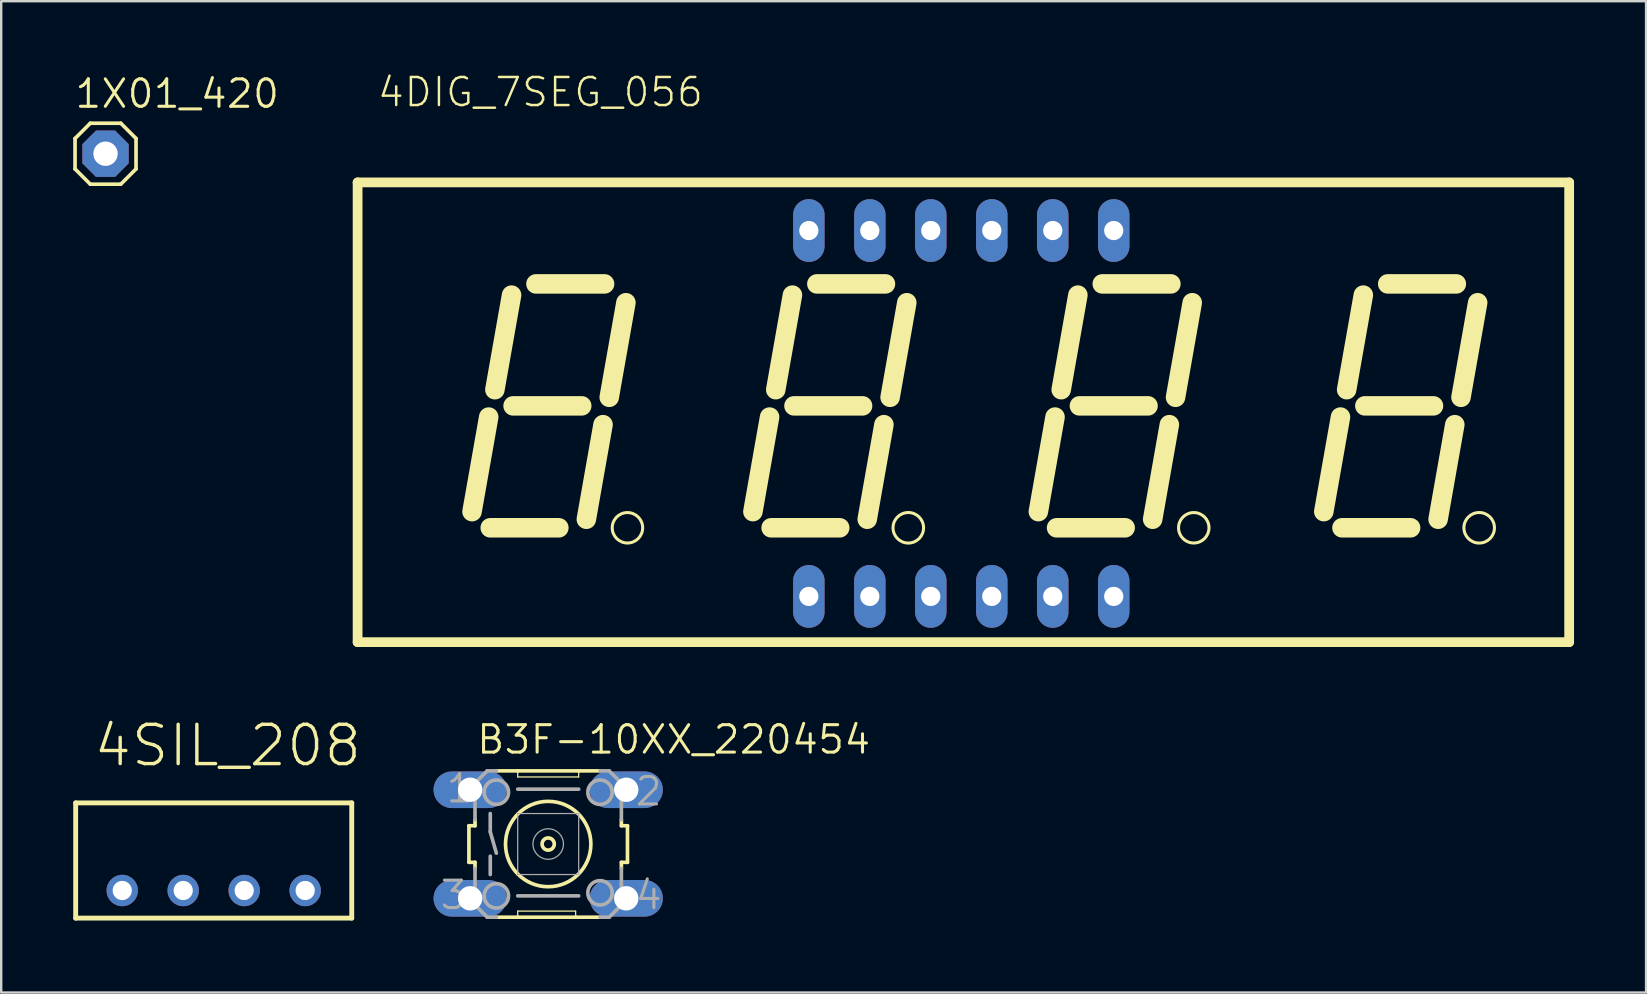
<source format=kicad_pcb>
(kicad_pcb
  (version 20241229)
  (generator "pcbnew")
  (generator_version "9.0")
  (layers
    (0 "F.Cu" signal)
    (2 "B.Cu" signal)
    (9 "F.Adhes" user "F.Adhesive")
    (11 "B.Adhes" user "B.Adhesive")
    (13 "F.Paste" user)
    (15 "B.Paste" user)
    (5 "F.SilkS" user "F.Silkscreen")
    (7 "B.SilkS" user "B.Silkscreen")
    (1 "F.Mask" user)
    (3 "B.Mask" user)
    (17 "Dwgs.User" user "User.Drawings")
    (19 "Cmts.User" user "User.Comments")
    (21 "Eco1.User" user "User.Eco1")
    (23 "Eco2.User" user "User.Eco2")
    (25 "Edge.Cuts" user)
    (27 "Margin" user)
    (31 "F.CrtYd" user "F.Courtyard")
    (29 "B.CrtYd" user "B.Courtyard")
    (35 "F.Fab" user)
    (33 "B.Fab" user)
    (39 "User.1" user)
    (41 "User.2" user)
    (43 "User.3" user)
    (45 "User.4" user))
  (footprint "1X01_420"
    (layer "F.Cu")
    (at 1.346 3.353)
    (property "Reference" "1X01_420" (at -1.346 -1.829 0) (unlocked yes) (layer "F.SilkS") (effects (font (size 1.143 1.143) (thickness 0.127)) (justify left bottom)))
    (fp_line (start -1.27 -0.635) (end -1.27 0.635) (stroke (width 0.152) (type solid)) (layer "F.SilkS"))
    (fp_line (start -1.27 0.635) (end -0.635 1.27) (stroke (width 0.152) (type solid)) (layer "F.SilkS"))
    (fp_line (start -0.635 -1.27) (end -1.27 -0.635) (stroke (width 0.152) (type solid)) (layer "F.SilkS"))
    (fp_line (start -0.635 -1.27) (end 0.635 -1.27) (stroke (width 0.152) (type solid)) (layer "F.SilkS"))
    (fp_line (start 0.635 -1.27) (end 1.27 -0.635) (stroke (width 0.152) (type solid)) (layer "F.SilkS"))
    (fp_line (start 0.635 1.27) (end -0.635 1.27) (stroke (width 0.152) (type solid)) (layer "F.SilkS"))
    (fp_line (start 1.27 -0.635) (end 1.27 0.635) (stroke (width 0.152) (type solid)) (layer "F.SilkS"))
    (fp_line (start 1.27 0.635) (end 0.635 1.27) (stroke (width 0.152) (type solid)) (layer "F.SilkS"))
    (fp_poly (pts (xy -0.254 0.254) (xy 0.254 0.254) (xy 0.254 -0.254) (xy -0.254 -0.254)) (stroke (width 0.1) (type default)) (fill no) (layer "F.Fab"))
    (pad "1" thru_hole roundrect (at 0 0) (size 1.93 1.93) (drill 1.016) (layers "*.Cu" "*.Mask") (roundrect_rratio 0.25) (chamfer_ratio 0.293) (chamfer top_left top_right bottom_left bottom_right)))
  (footprint "4DIG_7SEG_056"
    (layer "F.Cu")
    (at 31.658 10.363)
    (property "Reference" "4DIG_7SEG_056" (at -19.05 -8.89 0) (unlocked yes) (layer "F.SilkS") (effects (font (size 1.168 1.168) (thickness 0.102)) (justify left bottom)))
    (fp_line (start -19.812 -5.815) (end -19.812 13.335) (stroke (width 0.406) (type solid)) (layer "F.SilkS"))
    (fp_line (start -19.812 13.335) (end 30.655 13.335) (stroke (width 0.406) (type solid)) (layer "F.SilkS"))
    (fp_line (start -15.046 7.899) (end -14.351 3.96) (stroke (width 0.813) (type solid)) (layer "F.SilkS"))
    (fp_line (start -14.287 8.572) (end -11.43 8.572) (stroke (width 0.813) (type solid)) (layer "F.SilkS"))
    (fp_line (start -14.094 2.819) (end -13.399 -1.12) (stroke (width 0.813) (type solid)) (layer "F.SilkS"))
    (fp_line (start -13.335 3.493) (end -10.477 3.493) (stroke (width 0.813) (type solid)) (layer "F.SilkS"))
    (fp_line (start -12.383 -1.587) (end -9.525 -1.587) (stroke (width 0.813) (type solid)) (layer "F.SilkS"))
    (fp_line (start -10.284 8.216) (end -9.589 4.277) (stroke (width 0.813) (type solid)) (layer "F.SilkS"))
    (fp_line (start -9.331 3.136) (end -8.636 -0.803) (stroke (width 0.813) (type solid)) (layer "F.SilkS"))
    (fp_line (start -3.346 7.899) (end -2.651 3.96) (stroke (width 0.813) (type solid)) (layer "F.SilkS"))
    (fp_line (start -2.587 8.572) (end 0.27 8.572) (stroke (width 0.813) (type solid)) (layer "F.SilkS"))
    (fp_line (start -2.394 2.819) (end -1.699 -1.12) (stroke (width 0.813) (type solid)) (layer "F.SilkS"))
    (fp_line (start -1.635 3.493) (end 1.222 3.493) (stroke (width 0.813) (type solid)) (layer "F.SilkS"))
    (fp_line (start -0.682 -1.587) (end 2.175 -1.587) (stroke (width 0.813) (type solid)) (layer "F.SilkS"))
    (fp_line (start 1.416 8.216) (end 2.111 4.277) (stroke (width 0.813) (type solid)) (layer "F.SilkS"))
    (fp_line (start 2.369 3.136) (end 3.064 -0.803) (stroke (width 0.813) (type solid)) (layer "F.SilkS"))
    (fp_line (start 8.544 7.899) (end 9.239 3.96) (stroke (width 0.813) (type solid)) (layer "F.SilkS"))
    (fp_line (start 9.303 8.572) (end 12.16 8.572) (stroke (width 0.813) (type solid)) (layer "F.SilkS"))
    (fp_line (start 9.496 2.819) (end 10.191 -1.12) (stroke (width 0.813) (type solid)) (layer "F.SilkS"))
    (fp_line (start 10.255 3.493) (end 13.113 3.493) (stroke (width 0.813) (type solid)) (layer "F.SilkS"))
    (fp_line (start 11.207 -1.587) (end 14.065 -1.587) (stroke (width 0.813) (type solid)) (layer "F.SilkS"))
    (fp_line (start 13.306 8.216) (end 14.001 4.277) (stroke (width 0.813) (type solid)) (layer "F.SilkS"))
    (fp_line (start 14.259 3.136) (end 14.954 -0.803) (stroke (width 0.813) (type solid)) (layer "F.SilkS"))
    (fp_line (start 20.434 7.899) (end 21.129 3.96) (stroke (width 0.813) (type solid)) (layer "F.SilkS"))
    (fp_line (start 21.192 8.572) (end 24.05 8.572) (stroke (width 0.813) (type solid)) (layer "F.SilkS"))
    (fp_line (start 21.386 2.819) (end 22.081 -1.12) (stroke (width 0.813) (type solid)) (layer "F.SilkS"))
    (fp_line (start 22.145 3.493) (end 25.003 3.493) (stroke (width 0.813) (type solid)) (layer "F.SilkS"))
    (fp_line (start 23.098 -1.587) (end 25.955 -1.587) (stroke (width 0.813) (type solid)) (layer "F.SilkS"))
    (fp_line (start 25.196 8.216) (end 25.891 4.277) (stroke (width 0.813) (type solid)) (layer "F.SilkS"))
    (fp_line (start 26.149 3.136) (end 26.844 -0.803) (stroke (width 0.813) (type solid)) (layer "F.SilkS"))
    (fp_line (start 30.655 -5.815) (end -19.812 -5.815) (stroke (width 0.406) (type solid)) (layer "F.SilkS"))
    (fp_line (start 30.655 13.335) (end 30.655 -5.815) (stroke (width 0.406) (type solid)) (layer "F.SilkS"))
    (fp_circle (center -8.572 8.572) (end -7.938 8.572) (stroke (width 0.127) (type solid)) (fill no) (layer "F.SilkS"))
    (fp_circle (center 3.127 8.572) (end 3.763 8.572) (stroke (width 0.127) (type solid)) (fill no) (layer "F.SilkS"))
    (fp_circle (center 15.018 8.572) (end 15.652 8.572) (stroke (width 0.127) (type solid)) (fill no) (layer "F.SilkS"))
    (fp_circle (center 26.907 8.572) (end 27.543 8.572) (stroke (width 0.127) (type solid)) (fill no) (layer "F.SilkS"))
    (pad "1" thru_hole oval (at -1.016 11.43 90) (size 2.616 1.308) (drill 0.8) (layers "*.Cu" "*.Mask"))
    (pad "2" thru_hole oval (at 1.524 11.43 90) (size 2.616 1.308) (drill 0.8) (layers "*.Cu" "*.Mask"))
    (pad "3" thru_hole oval (at 4.064 11.43 90) (size 2.616 1.308) (drill 0.8) (layers "*.Cu" "*.Mask"))
    (pad "4" thru_hole oval (at 6.604 11.43 90) (size 2.616 1.308) (drill 0.8) (layers "*.Cu" "*.Mask"))
    (pad "5" thru_hole oval (at 9.144 11.43 90) (size 2.616 1.308) (drill 0.8) (layers "*.Cu" "*.Mask"))
    (pad "6" thru_hole oval (at 11.684 11.43 90) (size 2.616 1.308) (drill 0.8) (layers "*.Cu" "*.Mask"))
    (pad "9" thru_hole oval (at 11.684 -3.81 90) (size 2.616 1.308) (drill 0.8) (layers "*.Cu" "*.Mask"))
    (pad "10" thru_hole oval (at 9.144 -3.81 270) (size 2.616 1.308) (drill 0.8) (layers "*.Cu" "*.Mask"))
    (pad "11" thru_hole oval (at 6.604 -3.81 270) (size 2.616 1.308) (drill 0.8) (layers "*.Cu" "*.Mask"))
    (pad "12" thru_hole oval (at 4.064 -3.81 270) (size 2.616 1.308) (drill 0.8) (layers "*.Cu" "*.Mask"))
    (pad "13" thru_hole oval (at 1.524 -3.81 270) (size 2.616 1.308) (drill 0.8) (layers "*.Cu" "*.Mask"))
    (pad "14" thru_hole oval (at -1.016 -3.81 270) (size 2.616 1.308) (drill 0.8) (layers "*.Cu" "*.Mask")))
  (footprint "4SIL_208"
    (layer "F.Cu")
    (at 5.852 34.044)
    (property "Reference" "4SIL_208" (at -5.08 -5.08 0) (unlocked yes) (layer "F.SilkS") (effects (font (size 1.636 1.636) (thickness 0.142)) (justify left bottom)))
    (fp_line (start -5.75 -3.65) (end 5.75 -3.65) (stroke (width 0.203) (type solid)) (layer "F.SilkS"))
    (fp_line (start -5.75 1.15) (end -5.75 -3.65) (stroke (width 0.203) (type solid)) (layer "F.SilkS"))
    (fp_line (start 5.75 -3.65) (end 5.75 1.15) (stroke (width 0.203) (type solid)) (layer "F.SilkS"))
    (fp_line (start 5.75 1.15) (end -5.75 1.15) (stroke (width 0.203) (type solid)) (layer "F.SilkS"))
    (pad "1" thru_hole circle (at -3.81 0) (size 1.308 1.308) (drill 0.8) (layers "*.Cu" "*.Mask"))
    (pad "2" thru_hole circle (at -1.27 0) (size 1.308 1.308) (drill 0.8) (layers "*.Cu" "*.Mask"))
    (pad "3" thru_hole circle (at 1.27 0) (size 1.308 1.308) (drill 0.8) (layers "*.Cu" "*.Mask"))
    (pad "4" thru_hole circle (at 3.81 0) (size 1.308 1.308) (drill 0.8) (layers "*.Cu" "*.Mask")))
  (footprint "B3F-10XX_220454"
    (layer "F.Cu")
    (at 19.785 32.108)
    (property "Reference" "B3F-10XX_220454" (at -3.048 -3.683 0) (unlocked yes) (layer "F.SilkS") (effects (font (size 1.143 1.143) (thickness 0.127)) (justify left bottom)))
    (fp_line (start -3.302 -0.762) (end -3.302 0.762) (stroke (width 0.152) (type solid)) (layer "F.SilkS"))
    (fp_line (start -3.302 -0.762) (end -3.048 -0.762) (stroke (width 0.152) (type solid)) (layer "F.SilkS"))
    (fp_line (start -3.048 -0.762) (end -3.048 -1.016) (stroke (width 0.152) (type solid)) (layer "F.SilkS"))
    (fp_line (start -3.048 0.762) (end -3.302 0.762) (stroke (width 0.152) (type solid)) (layer "F.SilkS"))
    (fp_line (start -3.048 0.762) (end -3.048 1.016) (stroke (width 0.152) (type solid)) (layer "F.SilkS"))
    (fp_line (start -2.159 3.048) (end -1.27 3.048) (stroke (width 0.152) (type solid)) (layer "F.SilkS"))
    (fp_line (start -1.27 -3.048) (end -2.159 -3.048) (stroke (width 0.152) (type solid)) (layer "F.SilkS"))
    (fp_line (start -1.27 -3.048) (end -1.27 -2.794) (stroke (width 0.051) (type solid)) (layer "F.SilkS"))
    (fp_line (start -1.27 2.794) (end -1.27 3.048) (stroke (width 0.051) (type solid)) (layer "F.SilkS"))
    (fp_line (start -1.27 3.048) (end 1.143 3.048) (stroke (width 0.152) (type solid)) (layer "F.SilkS"))
    (fp_line (start 1.143 2.794) (end -1.27 2.794) (stroke (width 0.051) (type solid)) (layer "F.SilkS"))
    (fp_line (start 1.143 2.794) (end 1.143 3.048) (stroke (width 0.051) (type solid)) (layer "F.SilkS"))
    (fp_line (start 1.143 3.048) (end 2.159 3.048) (stroke (width 0.152) (type solid)) (layer "F.SilkS"))
    (fp_line (start 1.27 -3.048) (end -1.27 -3.048) (stroke (width 0.152) (type solid)) (layer "F.SilkS"))
    (fp_line (start 1.27 -2.794) (end -1.27 -2.794) (stroke (width 0.051) (type solid)) (layer "F.SilkS"))
    (fp_line (start 1.27 -2.794) (end 1.27 -3.048) (stroke (width 0.051) (type solid)) (layer "F.SilkS"))
    (fp_line (start 2.159 -3.048) (end 1.27 -3.048) (stroke (width 0.152) (type solid)) (layer "F.SilkS"))
    (fp_line (start 3.048 -0.762) (end 3.048 -1.016) (stroke (width 0.152) (type solid)) (layer "F.SilkS"))
    (fp_line (start 3.048 -0.762) (end 3.302 -0.762) (stroke (width 0.152) (type solid)) (layer "F.SilkS"))
    (fp_line (start 3.048 0.762) (end 3.048 1.016) (stroke (width 0.152) (type solid)) (layer "F.SilkS"))
    (fp_line (start 3.302 0.762) (end 3.048 0.762) (stroke (width 0.152) (type solid)) (layer "F.SilkS"))
    (fp_line (start 3.302 0.762) (end 3.302 -0.762) (stroke (width 0.152) (type solid)) (layer "F.SilkS"))
    (fp_circle (center 0 0) (end 0.254 0) (stroke (width 0.152) (type solid)) (fill no) (layer "F.SilkS"))
    (fp_circle (center 0 0) (end 1.778 0) (stroke (width 0.152) (type solid)) (fill no) (layer "F.SilkS"))
    (fp_line (start -3.048 -2.54) (end -3.048 -1.016) (stroke (width 0.152) (type solid)) (layer "F.Fab"))
    (fp_line (start -3.048 2.54) (end -3.048 1.016) (stroke (width 0.152) (type solid)) (layer "F.Fab"))
    (fp_line (start -2.54 -3.048) (end -3.048 -2.54) (stroke (width 0.152) (type solid)) (layer "F.Fab"))
    (fp_line (start -2.54 -3.048) (end -2.159 -3.048) (stroke (width 0.152) (type solid)) (layer "F.Fab"))
    (fp_line (start -2.54 3.048) (end -3.048 2.54) (stroke (width 0.152) (type solid)) (layer "F.Fab"))
    (fp_line (start -2.54 3.048) (end -2.159 3.048) (stroke (width 0.152) (type solid)) (layer "F.Fab"))
    (fp_line (start -2.413 -1.27) (end -2.413 -0.508) (stroke (width 0.152) (type solid)) (layer "F.Fab"))
    (fp_line (start -2.413 -0.508) (end -2.159 0.381) (stroke (width 0.152) (type solid)) (layer "F.Fab"))
    (fp_line (start -2.413 0.508) (end -2.413 1.27) (stroke (width 0.152) (type solid)) (layer "F.Fab"))
    (fp_line (start -1.27 -1.27) (end -1.27 1.27) (stroke (width 0.051) (type solid)) (layer "F.Fab"))
    (fp_line (start -1.27 -1.27) (end 1.27 -1.27) (stroke (width 0.051) (type solid)) (layer "F.Fab"))
    (fp_line (start -1.27 2.159) (end 1.27 2.159) (stroke (width 0.152) (type solid)) (layer "F.Fab"))
    (fp_line (start 1.27 -2.286) (end -1.27 -2.286) (stroke (width 0.152) (type solid)) (layer "F.Fab"))
    (fp_line (start 1.27 1.27) (end -1.27 1.27) (stroke (width 0.051) (type solid)) (layer "F.Fab"))
    (fp_line (start 1.27 1.27) (end 1.27 -1.27) (stroke (width 0.051) (type solid)) (layer "F.Fab"))
    (fp_line (start 2.54 -3.048) (end 2.159 -3.048) (stroke (width 0.152) (type solid)) (layer "F.Fab"))
    (fp_line (start 2.54 3.048) (end 2.159 3.048) (stroke (width 0.152) (type solid)) (layer "F.Fab"))
    (fp_line (start 2.54 3.048) (end 3.048 2.54) (stroke (width 0.152) (type solid)) (layer "F.Fab"))
    (fp_line (start 3.048 -2.54) (end 2.54 -3.048) (stroke (width 0.152) (type solid)) (layer "F.Fab"))
    (fp_line (start 3.048 -1.016) (end 3.048 -2.54) (stroke (width 0.152) (type solid)) (layer "F.Fab"))
    (fp_line (start 3.048 2.54) (end 3.048 1.016) (stroke (width 0.152) (type solid)) (layer "F.Fab"))
    (fp_circle (center -2.159 -2.159) (end -1.651 -2.159) (stroke (width 0.152) (type solid)) (fill no) (layer "F.Fab"))
    (fp_circle (center -2.159 2.159) (end -1.651 2.159) (stroke (width 0.152) (type solid)) (fill no) (layer "F.Fab"))
    (fp_circle (center 0 0) (end 0.635 0) (stroke (width 0.051) (type solid)) (fill no) (layer "F.Fab"))
    (fp_circle (center 2.159 -2.159) (end 2.667 -2.159) (stroke (width 0.152) (type solid)) (fill no) (layer "F.Fab"))
    (fp_circle (center 2.159 2.032) (end 2.667 2.032) (stroke (width 0.152) (type solid)) (fill no) (layer "F.Fab"))
    (fp_text user "2" (at 3.556 -1.524 0) (unlocked yes) (layer "F.Fab") (effects (font (size 1.143 1.143) (thickness 0.127)) (justify left bottom)))
    (fp_text user "3" (at -4.572 2.794 0) (unlocked yes) (layer "F.Fab") (effects (font (size 1.143 1.143) (thickness 0.127)) (justify left bottom)))
    (fp_text user "4" (at 3.556 2.794 0) (unlocked yes) (layer "F.Fab") (effects (font (size 1.143 1.143) (thickness 0.127)) (justify left bottom)))
    (fp_text user "1" (at -4.318 -1.651 0) (unlocked yes) (layer "F.Fab") (effects (font (size 1.143 1.143) (thickness 0.127)) (justify left bottom)))
    (pad "1" thru_hole oval (at -3.251 -2.261) (size 3.048 1.524) (drill 1.016) (layers "*.Cu" "*.Mask"))
    (pad "2" thru_hole oval (at 3.251 -2.261) (size 3.048 1.524) (drill 1.016) (layers "*.Cu" "*.Mask"))
    (pad "3" thru_hole oval (at -3.251 2.261) (size 3.048 1.524) (drill 1.016) (layers "*.Cu" "*.Mask"))
    (pad "4" thru_hole oval (at 3.251 2.261) (size 3.048 1.524) (drill 1.016) (layers "*.Cu" "*.Mask")))
  (gr_rect
    (start -3 -3)
    (end 65.517 38.295)
    (stroke (width 0.1) (type default))
    (fill no)
    (layer "Edge.Cuts")))
</source>
